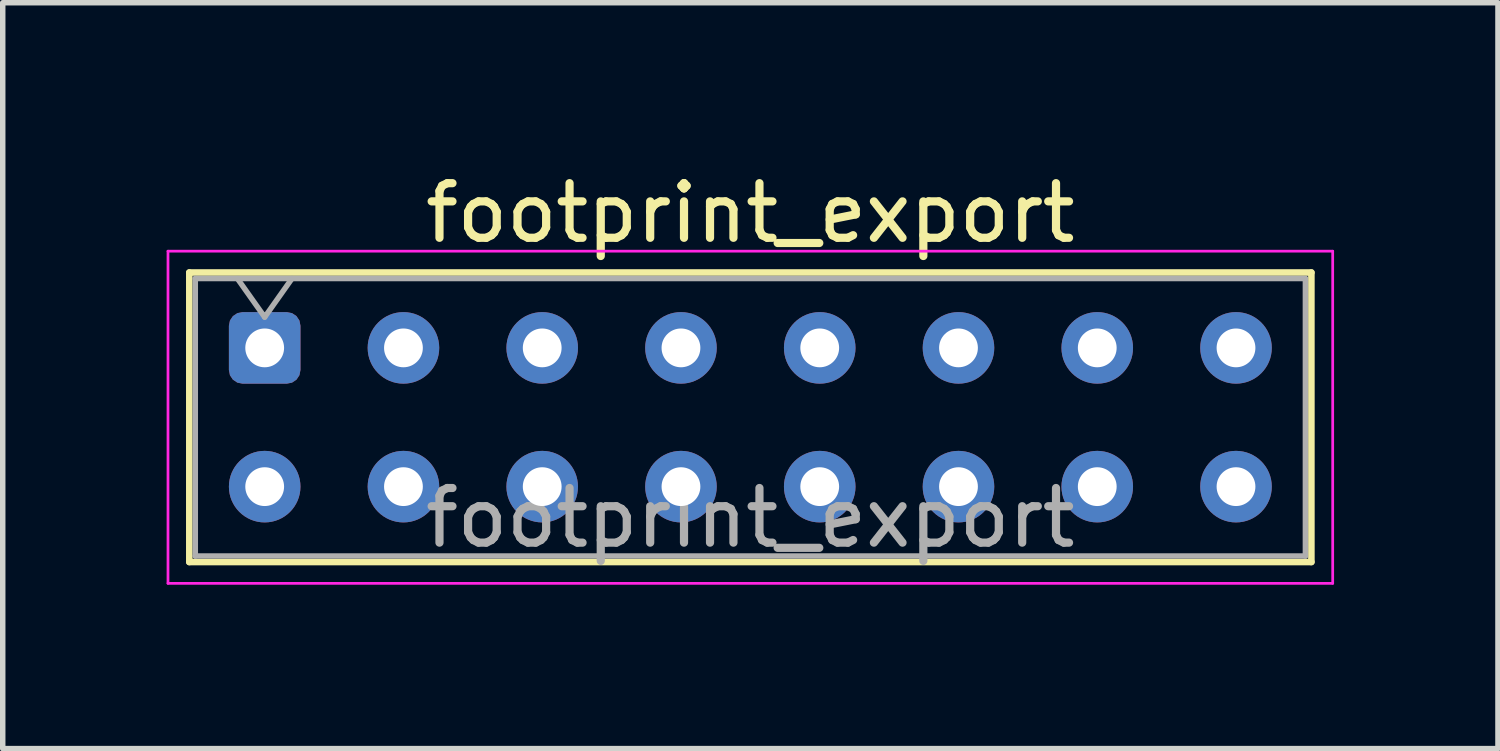
<source format=kicad_pcb>
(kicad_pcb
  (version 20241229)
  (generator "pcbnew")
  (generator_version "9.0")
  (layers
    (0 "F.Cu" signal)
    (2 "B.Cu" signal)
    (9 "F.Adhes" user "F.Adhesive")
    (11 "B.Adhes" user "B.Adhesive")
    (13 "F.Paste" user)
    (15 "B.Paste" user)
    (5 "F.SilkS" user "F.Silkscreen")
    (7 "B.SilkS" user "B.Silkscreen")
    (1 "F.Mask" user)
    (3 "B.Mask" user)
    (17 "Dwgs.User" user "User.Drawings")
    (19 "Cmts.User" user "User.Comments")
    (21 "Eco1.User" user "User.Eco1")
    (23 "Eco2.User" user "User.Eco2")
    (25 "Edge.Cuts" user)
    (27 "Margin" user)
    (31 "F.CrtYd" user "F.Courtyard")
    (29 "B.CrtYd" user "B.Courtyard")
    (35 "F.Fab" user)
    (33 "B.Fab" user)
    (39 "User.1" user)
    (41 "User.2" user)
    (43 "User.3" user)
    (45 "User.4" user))
  (footprint "footprint_export"
    (layer "F.Cu")
    (at 1.795 3.318)
    (property "Reference" "footprint_export" (at 8.89 -2.47 0) (layer "F.SilkS") (effects (font (size 1 1) (thickness 0.15))))
    (attr through_hole)
    (fp_line (start -1.38 -1.38) (end 19.16 -1.38) (stroke (width 0.12) (type solid)) (layer "F.SilkS"))
    (fp_line (start -1.38 3.92) (end -1.38 -1.38) (stroke (width 0.12) (type solid)) (layer "F.SilkS"))
    (fp_line (start 19.16 -1.38) (end 19.16 3.92) (stroke (width 0.12) (type solid)) (layer "F.SilkS"))
    (fp_line (start 19.16 3.92) (end -1.38 3.92) (stroke (width 0.12) (type solid)) (layer "F.SilkS"))
    (fp_line (start -1.77 -1.77) (end 19.55 -1.77) (stroke (width 0.05) (type solid)) (layer "F.CrtYd"))
    (fp_line (start -1.77 4.31) (end -1.77 -1.77) (stroke (width 0.05) (type solid)) (layer "F.CrtYd"))
    (fp_line (start 19.55 -1.77) (end 19.55 4.31) (stroke (width 0.05) (type solid)) (layer "F.CrtYd"))
    (fp_line (start 19.55 4.31) (end -1.77 4.31) (stroke (width 0.05) (type solid)) (layer "F.CrtYd"))
    (fp_line (start -1.27 -1.27) (end 19.05 -1.27) (stroke (width 0.1) (type solid)) (layer "F.Fab"))
    (fp_line (start -1.27 3.81) (end -1.27 -1.27) (stroke (width 0.1) (type solid)) (layer "F.Fab"))
    (fp_line (start -0.5 -1.27) (end 0 -0.563) (stroke (width 0.1) (type solid)) (layer "F.Fab"))
    (fp_line (start 0 -0.563) (end 0.5 -1.27) (stroke (width 0.1) (type solid)) (layer "F.Fab"))
    (fp_line (start 19.05 -1.27) (end 19.05 3.81) (stroke (width 0.1) (type solid)) (layer "F.Fab"))
    (fp_line (start 19.05 3.81) (end -1.27 3.81) (stroke (width 0.1) (type solid)) (layer "F.Fab"))
    (fp_text user "${REFERENCE}" (at 8.89 3.11 0) (layer "F.Fab") (effects (font (size 1 1) (thickness 0.15))))
    (pad "1" thru_hole roundrect (at 0 0) (size 1.31 1.31) (drill 0.71) (layers "*.Cu" "*.Mask") (roundrect_rratio 0.191))
    (pad "2" thru_hole circle (at 0 2.54) (size 1.31 1.31) (drill 0.71) (layers "*.Cu" "*.Mask"))
    (pad "3" thru_hole circle (at 2.54 0) (size 1.31 1.31) (drill 0.71) (layers "*.Cu" "*.Mask"))
    (pad "4" thru_hole circle (at 2.54 2.54) (size 1.31 1.31) (drill 0.71) (layers "*.Cu" "*.Mask"))
    (pad "5" thru_hole circle (at 5.08 0) (size 1.31 1.31) (drill 0.71) (layers "*.Cu" "*.Mask"))
    (pad "6" thru_hole circle (at 5.08 2.54) (size 1.31 1.31) (drill 0.71) (layers "*.Cu" "*.Mask"))
    (pad "7" thru_hole circle (at 7.62 0) (size 1.31 1.31) (drill 0.71) (layers "*.Cu" "*.Mask"))
    (pad "8" thru_hole circle (at 7.62 2.54) (size 1.31 1.31) (drill 0.71) (layers "*.Cu" "*.Mask"))
    (pad "9" thru_hole circle (at 10.16 0) (size 1.31 1.31) (drill 0.71) (layers "*.Cu" "*.Mask"))
    (pad "10" thru_hole circle (at 10.16 2.54) (size 1.31 1.31) (drill 0.71) (layers "*.Cu" "*.Mask"))
    (pad "11" thru_hole circle (at 12.7 0) (size 1.31 1.31) (drill 0.71) (layers "*.Cu" "*.Mask"))
    (pad "12" thru_hole circle (at 12.7 2.54) (size 1.31 1.31) (drill 0.71) (layers "*.Cu" "*.Mask"))
    (pad "13" thru_hole circle (at 15.24 0) (size 1.31 1.31) (drill 0.71) (layers "*.Cu" "*.Mask"))
    (pad "14" thru_hole circle (at 15.24 2.54) (size 1.31 1.31) (drill 0.71) (layers "*.Cu" "*.Mask"))
    (pad "15" thru_hole circle (at 17.78 0) (size 1.31 1.31) (drill 0.71) (layers "*.Cu" "*.Mask"))
    (pad "16" thru_hole circle (at 17.78 2.54) (size 1.31 1.31) (drill 0.71) (layers "*.Cu" "*.Mask")))
  (gr_rect
    (start -3 -3)
    (end 24.37 10.653)
    (stroke (width 0.1) (type default))
    (fill no)
    (layer "Edge.Cuts")))
</source>
